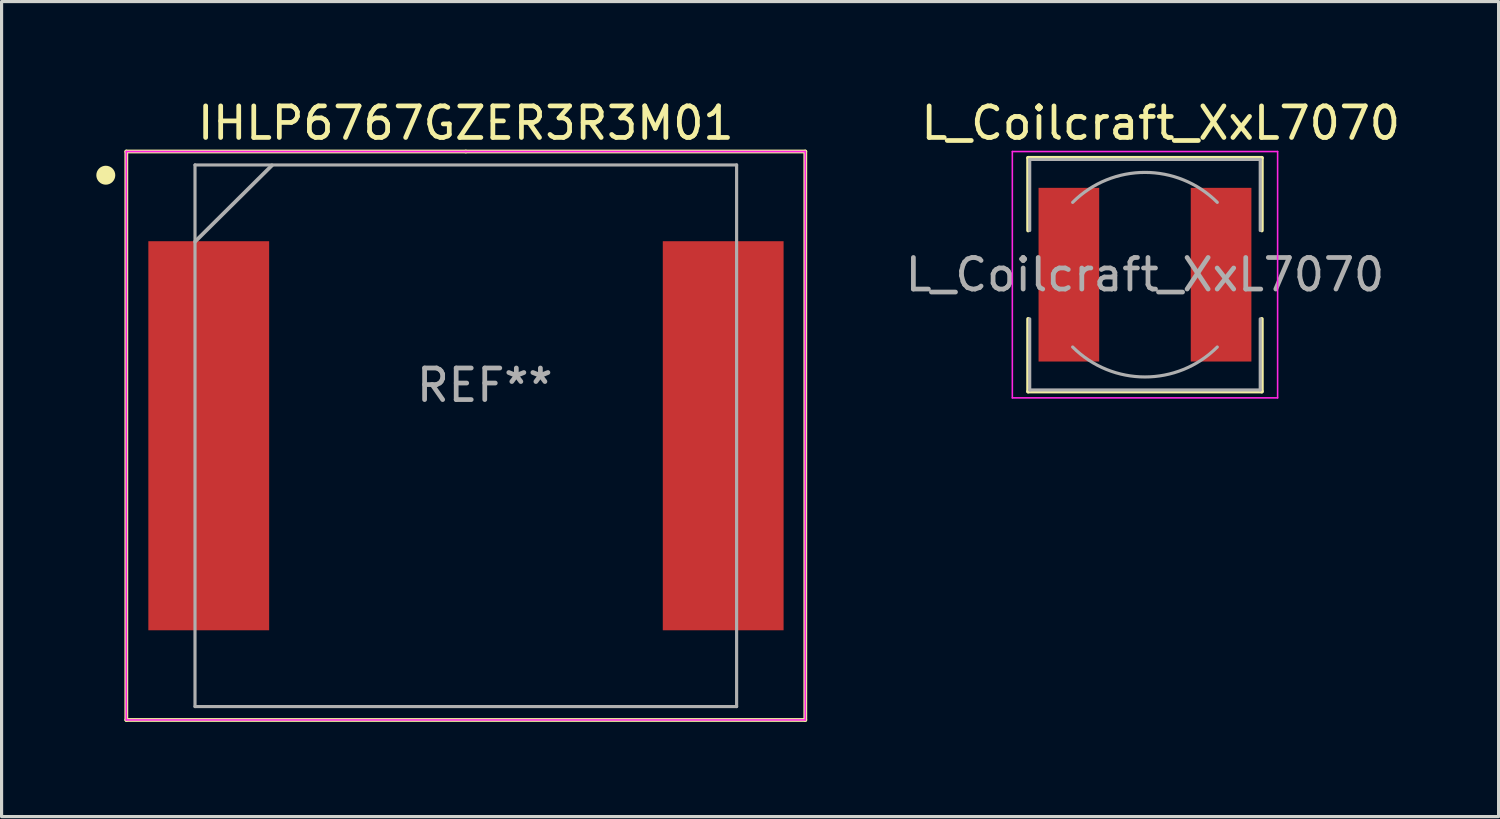
<source format=kicad_pcb>
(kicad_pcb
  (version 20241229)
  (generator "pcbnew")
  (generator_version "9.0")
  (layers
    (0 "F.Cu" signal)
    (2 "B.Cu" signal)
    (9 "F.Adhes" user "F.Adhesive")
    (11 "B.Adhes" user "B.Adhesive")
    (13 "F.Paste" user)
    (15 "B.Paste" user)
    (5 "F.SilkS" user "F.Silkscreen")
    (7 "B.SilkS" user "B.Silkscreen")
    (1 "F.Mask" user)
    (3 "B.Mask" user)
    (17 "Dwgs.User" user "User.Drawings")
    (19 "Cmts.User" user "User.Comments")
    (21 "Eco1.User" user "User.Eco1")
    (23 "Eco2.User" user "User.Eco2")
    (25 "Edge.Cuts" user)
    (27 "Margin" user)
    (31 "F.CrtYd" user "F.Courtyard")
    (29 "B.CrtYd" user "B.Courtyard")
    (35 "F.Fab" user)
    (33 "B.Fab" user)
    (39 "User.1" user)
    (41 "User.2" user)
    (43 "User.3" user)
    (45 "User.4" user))
  (footprint "IHLP6767GZER3R3M01"
    (layer "F.Cu")
    (at 11.7 10.748)
    (property "Reference" "IHLP6767GZER3R3M01" (at 0 -9.9 0) (layer "F.SilkS") (effects (font (size 1 1) (thickness 0.15))))
    (attr through_hole)
    (fp_line (start -10.75 -9) (end -10.75 9) (stroke (width 0.12) (type solid)) (layer "F.SilkS"))
    (fp_line (start -10.75 9) (end 10.75 9) (stroke (width 0.12) (type solid)) (layer "F.SilkS"))
    (fp_line (start 0 -9) (end -10.75 -9) (stroke (width 0.12) (type solid)) (layer "F.SilkS"))
    (fp_line (start 10.75 -9) (end 0 -9) (stroke (width 0.12) (type solid)) (layer "F.SilkS"))
    (fp_line (start 10.75 9) (end 10.75 -9) (stroke (width 0.12) (type solid)) (layer "F.SilkS"))
    (fp_circle (center -11.4 -8.25) (end -11.25 -8.25) (stroke (width 0.3) (type solid)) (fill no) (layer "F.SilkS"))
    (fp_line (start -10.75 -9) (end -10.75 9) (stroke (width 0.05) (type solid)) (layer "F.CrtYd"))
    (fp_line (start -10.75 -9) (end 0 -9) (stroke (width 0.05) (type solid)) (layer "F.CrtYd"))
    (fp_line (start -10.75 9) (end 10.75 9) (stroke (width 0.05) (type solid)) (layer "F.CrtYd"))
    (fp_line (start 10.75 -9) (end 0 -9) (stroke (width 0.05) (type solid)) (layer "F.CrtYd"))
    (fp_line (start 10.75 9) (end 10.75 -9) (stroke (width 0.05) (type solid)) (layer "F.CrtYd"))
    (fp_line (start -8.575 -8.575) (end -8.575 8.575) (stroke (width 0.1) (type solid)) (layer "F.Fab"))
    (fp_line (start -8.57 -6.15) (end -6.14 -8.56) (stroke (width 0.12) (type solid)) (layer "F.Fab"))
    (fp_line (start 8.575 -8.575) (end -8.575 -8.575) (stroke (width 0.1) (type solid)) (layer "F.Fab"))
    (fp_line (start 8.575 -8.575) (end 8.575 8.575) (stroke (width 0.1) (type solid)) (layer "F.Fab"))
    (fp_line (start 8.575 8.575) (end -8.575 8.575) (stroke (width 0.1) (type solid)) (layer "F.Fab"))
    (fp_text user "REF**" (at 0.6 -1.6 0) (layer "F.Fab") (effects (font (size 1 1) (thickness 0.15))))
    (pad "1" smd rect (at -8.14 0) (size 3.825 12.32) (layers "F.Cu" "F.Mask" "F.Paste"))
    (pad "2" smd rect (at 8.15 0) (size 3.825 12.32) (layers "F.Cu" "F.Mask" "F.Paste")))
  (footprint "L_Coilcraft_XxL7070"
    (layer "F.Cu")
    (at 33.206 5.648)
    (property "Reference" "L_Coilcraft_XxL7070" (at 0.5 -4.8 0) (layer "F.SilkS") (effects (font (size 1 1) (thickness 0.15))))
    (attr through_hole)
    (fp_line (start -3.7 -3.7) (end 3.7 -3.7) (stroke (width 0.12) (type solid)) (layer "F.SilkS"))
    (fp_line (start -3.7 -1.4) (end -3.7 -3.7) (stroke (width 0.12) (type solid)) (layer "F.SilkS"))
    (fp_line (start -3.7 3.7) (end -3.7 1.4) (stroke (width 0.12) (type solid)) (layer "F.SilkS"))
    (fp_line (start 3.7 -3.7) (end 3.7 -1.4) (stroke (width 0.12) (type solid)) (layer "F.SilkS"))
    (fp_line (start 3.7 1.4) (end 3.7 3.7) (stroke (width 0.12) (type solid)) (layer "F.SilkS"))
    (fp_line (start 3.7 3.7) (end -3.7 3.7) (stroke (width 0.12) (type solid)) (layer "F.SilkS"))
    (fp_line (start -4.2 -3.9) (end -4.2 3.9) (stroke (width 0.05) (type solid)) (layer "F.CrtYd"))
    (fp_line (start -4.2 3.9) (end 4.2 3.9) (stroke (width 0.05) (type solid)) (layer "F.CrtYd"))
    (fp_line (start 4.2 -3.9) (end -4.2 -3.9) (stroke (width 0.05) (type solid)) (layer "F.CrtYd"))
    (fp_line (start 4.2 3.9) (end 4.2 -3.9) (stroke (width 0.05) (type solid)) (layer "F.CrtYd"))
    (fp_line (start -3.65 -3.65) (end -3.65 -1.4) (stroke (width 0.1) (type solid)) (layer "F.Fab"))
    (fp_line (start -3.65 -3.65) (end 3.65 -3.65) (stroke (width 0.1) (type solid)) (layer "F.Fab"))
    (fp_line (start -3.65 3.65) (end -3.65 1.4) (stroke (width 0.1) (type solid)) (layer "F.Fab"))
    (fp_line (start 3.65 -3.65) (end 3.65 -1.4) (stroke (width 0.1) (type solid)) (layer "F.Fab"))
    (fp_line (start 3.65 3.65) (end -3.65 3.65) (stroke (width 0.1) (type solid)) (layer "F.Fab"))
    (fp_line (start 3.65 3.65) (end 3.65 1.4) (stroke (width 0.1) (type solid)) (layer "F.Fab"))
    (fp_arc (start -2.29 -2.29) (mid 0 -3.238549) (end 2.29 -2.29) (stroke (width 0.1) (type solid)) (layer "F.Fab"))
    (fp_arc (start 2.29 2.29) (mid 0 3.238549) (end -2.29 2.29) (stroke (width 0.1) (type solid)) (layer "F.Fab"))
    (fp_text user "${REFERENCE}" (at 0 0 0) (layer "F.Fab") (effects (font (size 1 1) (thickness 0.15))))
    (pad "1" smd rect (at -2.41 0) (size 1.92 5.5) (layers "F.Cu" "F.Mask" "F.Paste"))
    (pad "2" smd rect (at 2.41 0) (size 1.92 5.5) (layers "F.Cu" "F.Mask" "F.Paste")))
  (gr_rect
    (start -3 -3)
    (end 44.403 22.808)
    (stroke (width 0.1) (type default))
    (fill no)
    (layer "Edge.Cuts")))
</source>
